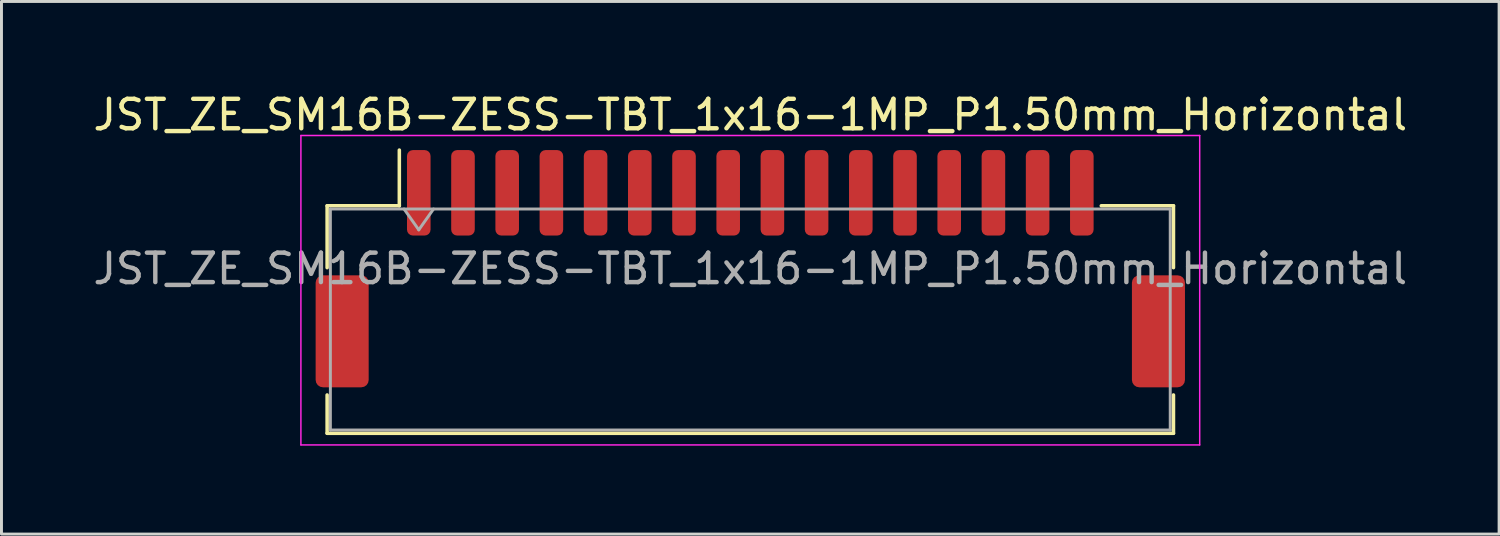
<source format=kicad_pcb>
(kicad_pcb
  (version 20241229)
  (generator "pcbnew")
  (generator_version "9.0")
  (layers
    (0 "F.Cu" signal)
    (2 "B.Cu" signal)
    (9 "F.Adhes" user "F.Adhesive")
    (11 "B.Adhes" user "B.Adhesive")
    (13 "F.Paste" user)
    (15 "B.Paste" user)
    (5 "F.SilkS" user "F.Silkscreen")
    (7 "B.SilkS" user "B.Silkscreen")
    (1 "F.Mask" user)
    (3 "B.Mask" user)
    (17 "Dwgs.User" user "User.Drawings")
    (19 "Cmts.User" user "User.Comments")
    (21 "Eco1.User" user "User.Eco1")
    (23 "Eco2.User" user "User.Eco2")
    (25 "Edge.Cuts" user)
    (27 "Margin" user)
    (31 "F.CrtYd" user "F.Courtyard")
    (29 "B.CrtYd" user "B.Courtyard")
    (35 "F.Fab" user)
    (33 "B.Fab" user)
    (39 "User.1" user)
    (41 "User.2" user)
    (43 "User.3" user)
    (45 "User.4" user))
  (footprint "JST_ZE_SM16B-ZESS-TBT_1x16-1MP_P1.50mm_Horizontal"
    (layer "F.Cu")
    (at 22.411 6.068)
    (property "Reference" "JST_ZE_SM16B-ZESS-TBT_1x16-1MP_P1.50mm_Horizontal" (at 0 -5.22 0) (layer "F.SilkS") (effects (font (size 1 1) (thickness 0.15))))
    (attr smd)
    (fp_line (start -14.36 -2.135) (end -11.91 -2.135) (stroke (width 0.12) (type solid)) (layer "F.SilkS"))
    (fp_line (start -14.36 -0.035) (end -14.36 -2.135) (stroke (width 0.12) (type solid)) (layer "F.SilkS"))
    (fp_line (start -14.36 4.285) (end -14.36 5.585) (stroke (width 0.12) (type solid)) (layer "F.SilkS"))
    (fp_line (start -14.36 5.585) (end 14.36 5.585) (stroke (width 0.12) (type solid)) (layer "F.SilkS"))
    (fp_line (start -11.91 -2.135) (end -11.91 -4.025) (stroke (width 0.12) (type solid)) (layer "F.SilkS"))
    (fp_line (start 14.36 -2.135) (end 11.91 -2.135) (stroke (width 0.12) (type solid)) (layer "F.SilkS"))
    (fp_line (start 14.36 -0.035) (end 14.36 -2.135) (stroke (width 0.12) (type solid)) (layer "F.SilkS"))
    (fp_line (start 14.36 5.585) (end 14.36 4.285) (stroke (width 0.12) (type solid)) (layer "F.SilkS"))
    (fp_line (start -15.25 -4.52) (end -15.25 5.98) (stroke (width 0.05) (type solid)) (layer "F.CrtYd"))
    (fp_line (start -15.25 5.98) (end 15.25 5.98) (stroke (width 0.05) (type solid)) (layer "F.CrtYd"))
    (fp_line (start 15.25 -4.52) (end -15.25 -4.52) (stroke (width 0.05) (type solid)) (layer "F.CrtYd"))
    (fp_line (start 15.25 5.98) (end 15.25 -4.52) (stroke (width 0.05) (type solid)) (layer "F.CrtYd"))
    (fp_line (start -14.25 -2.025) (end -14.25 5.475) (stroke (width 0.1) (type solid)) (layer "F.Fab"))
    (fp_line (start -14.25 -2.025) (end 14.25 -2.025) (stroke (width 0.1) (type solid)) (layer "F.Fab"))
    (fp_line (start -14.25 5.475) (end 14.25 5.475) (stroke (width 0.1) (type solid)) (layer "F.Fab"))
    (fp_line (start -11.75 -2.025) (end -11.25 -1.318) (stroke (width 0.1) (type solid)) (layer "F.Fab"))
    (fp_line (start -11.25 -1.318) (end -10.75 -2.025) (stroke (width 0.1) (type solid)) (layer "F.Fab"))
    (fp_line (start 14.25 -2.025) (end 14.25 5.475) (stroke (width 0.1) (type solid)) (layer "F.Fab"))
    (fp_text user "${REFERENCE}" (at 0 0 0) (layer "F.Fab") (effects (font (size 1 1) (thickness 0.15))))
    (pad "1" smd roundrect (at -11.25 -2.575) (size 0.8 2.9) (layers "F.Cu" "F.Mask" "F.Paste") (roundrect_rratio 0.25))
    (pad "2" smd roundrect (at -9.75 -2.575) (size 0.8 2.9) (layers "F.Cu" "F.Mask" "F.Paste") (roundrect_rratio 0.25))
    (pad "3" smd roundrect (at -8.25 -2.575) (size 0.8 2.9) (layers "F.Cu" "F.Mask" "F.Paste") (roundrect_rratio 0.25))
    (pad "4" smd roundrect (at -6.75 -2.575) (size 0.8 2.9) (layers "F.Cu" "F.Mask" "F.Paste") (roundrect_rratio 0.25))
    (pad "5" smd roundrect (at -5.25 -2.575) (size 0.8 2.9) (layers "F.Cu" "F.Mask" "F.Paste") (roundrect_rratio 0.25))
    (pad "6" smd roundrect (at -3.75 -2.575) (size 0.8 2.9) (layers "F.Cu" "F.Mask" "F.Paste") (roundrect_rratio 0.25))
    (pad "7" smd roundrect (at -2.25 -2.575) (size 0.8 2.9) (layers "F.Cu" "F.Mask" "F.Paste") (roundrect_rratio 0.25))
    (pad "8" smd roundrect (at -0.75 -2.575) (size 0.8 2.9) (layers "F.Cu" "F.Mask" "F.Paste") (roundrect_rratio 0.25))
    (pad "9" smd roundrect (at 0.75 -2.575) (size 0.8 2.9) (layers "F.Cu" "F.Mask" "F.Paste") (roundrect_rratio 0.25))
    (pad "10" smd roundrect (at 2.25 -2.575) (size 0.8 2.9) (layers "F.Cu" "F.Mask" "F.Paste") (roundrect_rratio 0.25))
    (pad "11" smd roundrect (at 3.75 -2.575) (size 0.8 2.9) (layers "F.Cu" "F.Mask" "F.Paste") (roundrect_rratio 0.25))
    (pad "12" smd roundrect (at 5.25 -2.575) (size 0.8 2.9) (layers "F.Cu" "F.Mask" "F.Paste") (roundrect_rratio 0.25))
    (pad "13" smd roundrect (at 6.75 -2.575) (size 0.8 2.9) (layers "F.Cu" "F.Mask" "F.Paste") (roundrect_rratio 0.25))
    (pad "14" smd roundrect (at 8.25 -2.575) (size 0.8 2.9) (layers "F.Cu" "F.Mask" "F.Paste") (roundrect_rratio 0.25))
    (pad "15" smd roundrect (at 9.75 -2.575) (size 0.8 2.9) (layers "F.Cu" "F.Mask" "F.Paste") (roundrect_rratio 0.25))
    (pad "16" smd roundrect (at 11.25 -2.575) (size 0.8 2.9) (layers "F.Cu" "F.Mask" "F.Paste") (roundrect_rratio 0.25))
    (pad "MP" smd roundrect (at -13.85 2.125) (size 1.8 3.8) (layers "F.Cu" "F.Mask" "F.Paste") (roundrect_rratio 0.139))
    (pad "MP" smd roundrect (at 13.85 2.125) (size 1.8 3.8) (layers "F.Cu" "F.Mask" "F.Paste") (roundrect_rratio 0.139)))
  (gr_rect
    (start -3 -3)
    (end 47.821 15.073)
    (stroke (width 0.1) (type default))
    (fill no)
    (layer "Edge.Cuts")))
</source>
